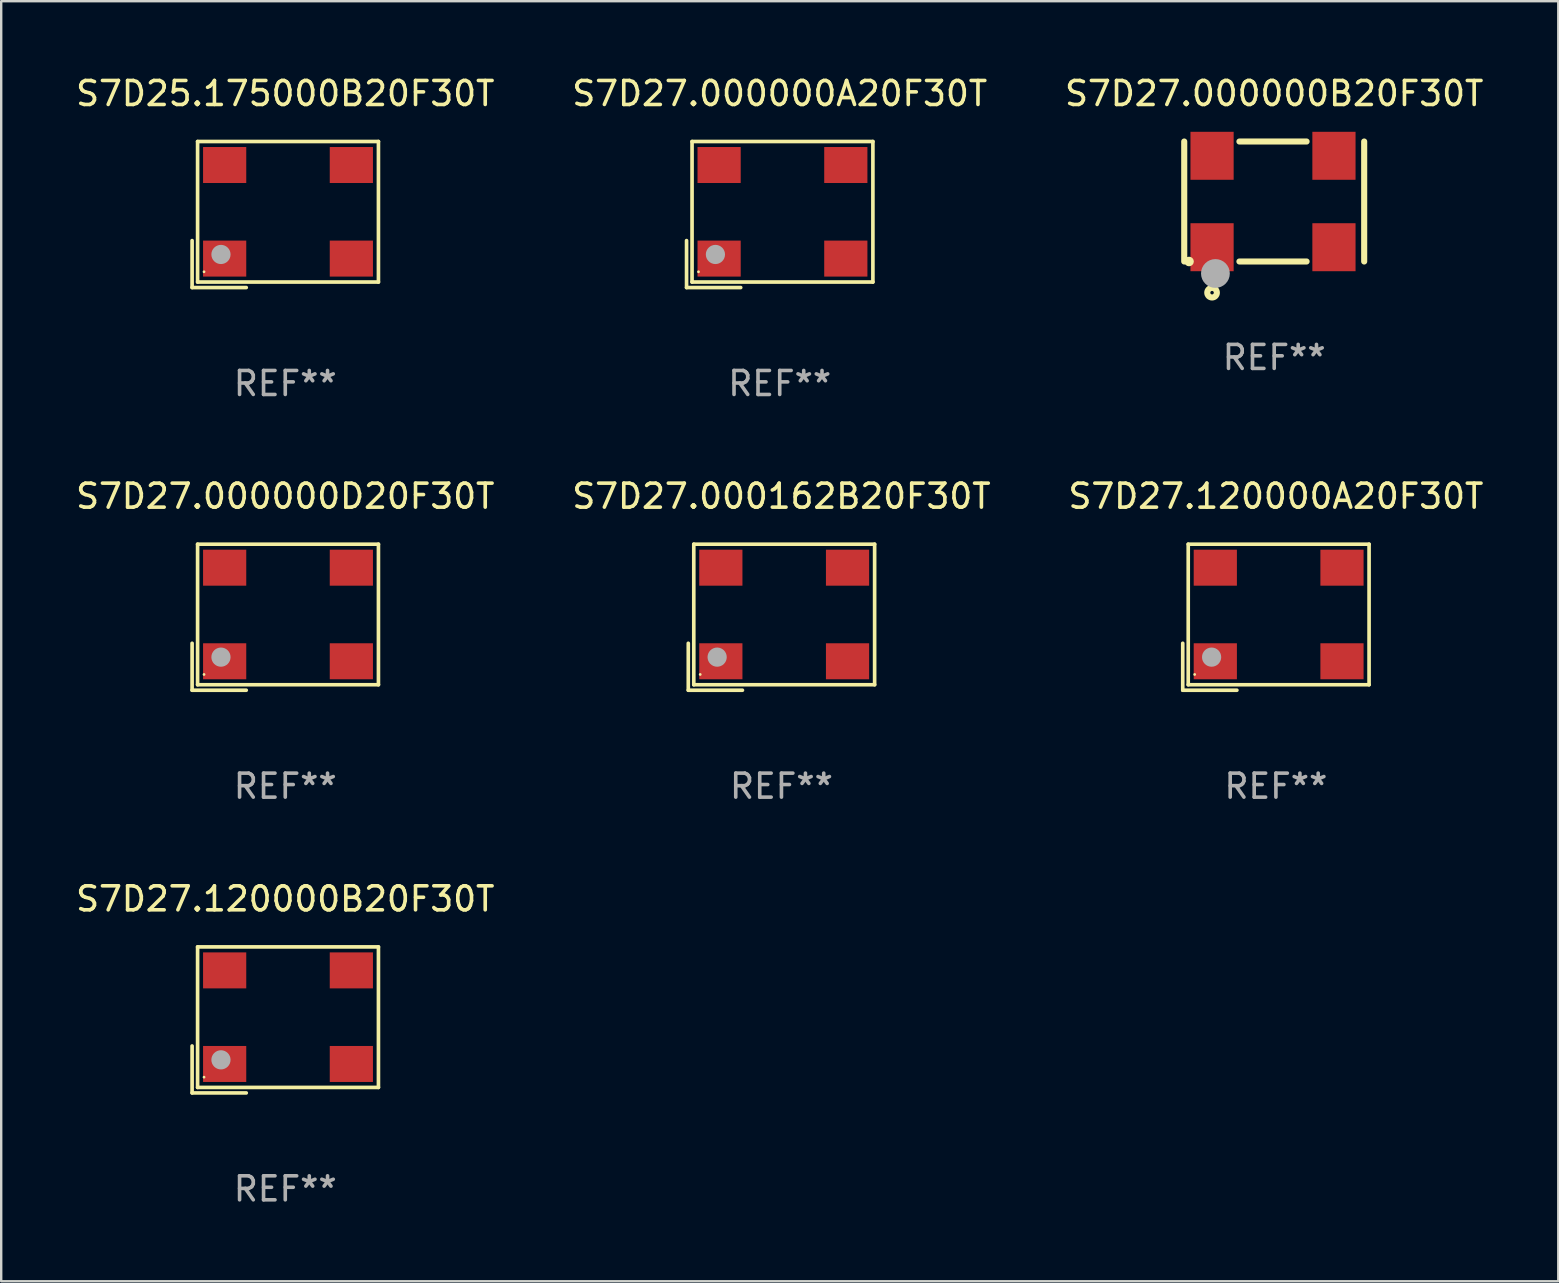
<source format=kicad_pcb>
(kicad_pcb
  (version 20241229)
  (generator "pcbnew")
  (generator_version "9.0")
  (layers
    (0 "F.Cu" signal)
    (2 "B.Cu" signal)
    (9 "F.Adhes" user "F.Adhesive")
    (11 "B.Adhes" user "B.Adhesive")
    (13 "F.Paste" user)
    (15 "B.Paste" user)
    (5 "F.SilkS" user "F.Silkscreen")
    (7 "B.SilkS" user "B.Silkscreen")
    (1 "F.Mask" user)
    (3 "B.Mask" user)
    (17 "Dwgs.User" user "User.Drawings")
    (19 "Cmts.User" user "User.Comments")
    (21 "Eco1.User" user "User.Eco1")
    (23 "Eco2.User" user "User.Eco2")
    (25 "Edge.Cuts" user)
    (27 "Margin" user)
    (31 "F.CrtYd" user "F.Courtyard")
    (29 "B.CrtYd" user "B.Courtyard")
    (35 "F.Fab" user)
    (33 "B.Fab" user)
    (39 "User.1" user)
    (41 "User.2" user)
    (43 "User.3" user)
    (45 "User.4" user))
  (footprint "S7D27.000162B20F30T"
    (layer "F.Cu")
    (at 29.518 22.673)
    (property "Reference" "S7D27.000162B20F30T" (at 0 -5.043 0) (layer "F.SilkS") (effects (font (size 1 1) (thickness 0.15))))
    (attr through_hole)
    (fp_line (start -3.883 1.086) (end -3.883 3.043) (stroke (width 0.152) (type solid)) (layer "F.SilkS"))
    (fp_line (start -3.883 3.043) (end -1.626 3.043) (stroke (width 0.152) (type solid)) (layer "F.SilkS"))
    (fp_line (start -3.654 -3.043) (end 3.883 -3.043) (stroke (width 0.152) (type solid)) (layer "F.SilkS"))
    (fp_line (start -3.654 2.814) (end -3.654 -3.043) (stroke (width 0.152) (type solid)) (layer "F.SilkS"))
    (fp_line (start 3.883 -3.043) (end 3.883 2.814) (stroke (width 0.152) (type solid)) (layer "F.SilkS"))
    (fp_line (start 3.883 2.814) (end -3.654 2.814) (stroke (width 0.152) (type solid)) (layer "F.SilkS"))
    (fp_circle (center -3.386 2.386) (end -3.356 2.386) (stroke (width 0.06) (type solid)) (fill no) (layer "F.SilkS"))
    (fp_circle (center -2.68 1.664) (end -2.48 1.664) (stroke (width 0.4) (type solid)) (fill no) (layer "F.Fab"))
    (fp_text user "REF**" (at 0 7.043 0) (layer "F.Fab") (effects (font (size 1 1) (thickness 0.15))))
    (pad "1" smd rect (at -2.526 1.836) (size 1.8 1.5) (layers "F.Cu" "F.Mask" "F.Paste"))
    (pad "2" smd rect (at 2.754 1.836) (size 1.8 1.5) (layers "F.Cu" "F.Mask" "F.Paste"))
    (pad "3" smd rect (at 2.754 -2.064) (size 1.8 1.5) (layers "F.Cu" "F.Mask" "F.Paste"))
    (pad "4" smd rect (at -2.526 -2.064) (size 1.8 1.5) (layers "F.Cu" "F.Mask" "F.Paste")))
  (footprint "S7D27.120000A20F30T"
    (layer "F.Cu")
    (at 50.125 22.673)
    (property "Reference" "S7D27.120000A20F30T" (at 0 -5.043 0) (layer "F.SilkS") (effects (font (size 1 1) (thickness 0.15))))
    (attr through_hole)
    (fp_line (start -3.883 1.086) (end -3.883 3.043) (stroke (width 0.152) (type solid)) (layer "F.SilkS"))
    (fp_line (start -3.883 3.043) (end -1.626 3.043) (stroke (width 0.152) (type solid)) (layer "F.SilkS"))
    (fp_line (start -3.654 -3.043) (end 3.883 -3.043) (stroke (width 0.152) (type solid)) (layer "F.SilkS"))
    (fp_line (start -3.654 2.814) (end -3.654 -3.043) (stroke (width 0.152) (type solid)) (layer "F.SilkS"))
    (fp_line (start 3.883 -3.043) (end 3.883 2.814) (stroke (width 0.152) (type solid)) (layer "F.SilkS"))
    (fp_line (start 3.883 2.814) (end -3.654 2.814) (stroke (width 0.152) (type solid)) (layer "F.SilkS"))
    (fp_circle (center -3.386 2.386) (end -3.356 2.386) (stroke (width 0.06) (type solid)) (fill no) (layer "F.SilkS"))
    (fp_circle (center -2.68 1.664) (end -2.48 1.664) (stroke (width 0.4) (type solid)) (fill no) (layer "F.Fab"))
    (fp_text user "REF**" (at 0 7.043 0) (layer "F.Fab") (effects (font (size 1 1) (thickness 0.15))))
    (pad "1" smd rect (at -2.526 1.836) (size 1.8 1.5) (layers "F.Cu" "F.Mask" "F.Paste"))
    (pad "2" smd rect (at 2.754 1.836) (size 1.8 1.5) (layers "F.Cu" "F.Mask" "F.Paste"))
    (pad "3" smd rect (at 2.754 -2.064) (size 1.8 1.5) (layers "F.Cu" "F.Mask" "F.Paste"))
    (pad "4" smd rect (at -2.526 -2.064) (size 1.8 1.5) (layers "F.Cu" "F.Mask" "F.Paste")))
  (footprint "S7D27.120000B20F30T"
    (layer "F.Cu")
    (at 8.839 39.456)
    (property "Reference" "S7D27.120000B20F30T" (at 0 -5.043 0) (layer "F.SilkS") (effects (font (size 1 1) (thickness 0.15))))
    (attr through_hole)
    (fp_line (start -3.883 1.086) (end -3.883 3.043) (stroke (width 0.152) (type solid)) (layer "F.SilkS"))
    (fp_line (start -3.883 3.043) (end -1.626 3.043) (stroke (width 0.152) (type solid)) (layer "F.SilkS"))
    (fp_line (start -3.654 -3.043) (end 3.883 -3.043) (stroke (width 0.152) (type solid)) (layer "F.SilkS"))
    (fp_line (start -3.654 2.814) (end -3.654 -3.043) (stroke (width 0.152) (type solid)) (layer "F.SilkS"))
    (fp_line (start 3.883 -3.043) (end 3.883 2.814) (stroke (width 0.152) (type solid)) (layer "F.SilkS"))
    (fp_line (start 3.883 2.814) (end -3.654 2.814) (stroke (width 0.152) (type solid)) (layer "F.SilkS"))
    (fp_circle (center -3.386 2.386) (end -3.356 2.386) (stroke (width 0.06) (type solid)) (fill no) (layer "F.SilkS"))
    (fp_circle (center -2.68 1.664) (end -2.48 1.664) (stroke (width 0.4) (type solid)) (fill no) (layer "F.Fab"))
    (fp_text user "REF**" (at 0 7.043 0) (layer "F.Fab") (effects (font (size 1 1) (thickness 0.15))))
    (pad "1" smd rect (at -2.526 1.836) (size 1.8 1.5) (layers "F.Cu" "F.Mask" "F.Paste"))
    (pad "2" smd rect (at 2.754 1.836) (size 1.8 1.5) (layers "F.Cu" "F.Mask" "F.Paste"))
    (pad "3" smd rect (at 2.754 -2.064) (size 1.8 1.5) (layers "F.Cu" "F.Mask" "F.Paste"))
    (pad "4" smd rect (at -2.526 -2.064) (size 1.8 1.5) (layers "F.Cu" "F.Mask" "F.Paste")))
  (footprint "S7D27.000000A20F30T"
    (layer "F.Cu")
    (at 29.446 5.891)
    (property "Reference" "S7D27.000000A20F30T" (at 0 -5.043 0) (layer "F.SilkS") (effects (font (size 1 1) (thickness 0.15))))
    (attr through_hole)
    (fp_line (start -3.883 1.086) (end -3.883 3.043) (stroke (width 0.152) (type solid)) (layer "F.SilkS"))
    (fp_line (start -3.883 3.043) (end -1.626 3.043) (stroke (width 0.152) (type solid)) (layer "F.SilkS"))
    (fp_line (start -3.654 -3.043) (end 3.883 -3.043) (stroke (width 0.152) (type solid)) (layer "F.SilkS"))
    (fp_line (start -3.654 2.814) (end -3.654 -3.043) (stroke (width 0.152) (type solid)) (layer "F.SilkS"))
    (fp_line (start 3.883 -3.043) (end 3.883 2.814) (stroke (width 0.152) (type solid)) (layer "F.SilkS"))
    (fp_line (start 3.883 2.814) (end -3.654 2.814) (stroke (width 0.152) (type solid)) (layer "F.SilkS"))
    (fp_circle (center -3.386 2.386) (end -3.356 2.386) (stroke (width 0.06) (type solid)) (fill no) (layer "F.SilkS"))
    (fp_circle (center -2.68 1.664) (end -2.48 1.664) (stroke (width 0.4) (type solid)) (fill no) (layer "F.Fab"))
    (fp_text user "REF**" (at 0 7.043 0) (layer "F.Fab") (effects (font (size 1 1) (thickness 0.15))))
    (pad "1" smd rect (at -2.526 1.836) (size 1.8 1.5) (layers "F.Cu" "F.Mask" "F.Paste"))
    (pad "2" smd rect (at 2.754 1.836) (size 1.8 1.5) (layers "F.Cu" "F.Mask" "F.Paste"))
    (pad "3" smd rect (at 2.754 -2.064) (size 1.8 1.5) (layers "F.Cu" "F.Mask" "F.Paste"))
    (pad "4" smd rect (at -2.526 -2.064) (size 1.8 1.5) (layers "F.Cu" "F.Mask" "F.Paste")))
  (footprint "S7D27.000000B20F30T"
    (layer "F.Cu")
    (at 50.054 5.348)
    (property "Reference" "S7D27.000000B20F30T" (at 0 -4.5 0) (layer "F.SilkS") (effects (font (size 1 1) (thickness 0.15))))
    (attr through_hole)
    (fp_line (start -3.75 -2.5) (end -3.75 2.5) (stroke (width 0.254) (type solid)) (layer "F.SilkS"))
    (fp_line (start -1.45 -2.5) (end 1.35 -2.5) (stroke (width 0.254) (type solid)) (layer "F.SilkS"))
    (fp_line (start -1.45 2.5) (end 1.35 2.5) (stroke (width 0.254) (type solid)) (layer "F.SilkS"))
    (fp_line (start 3.75 -2.5) (end 3.75 2.5) (stroke (width 0.254) (type solid)) (layer "F.SilkS"))
    (fp_circle (center -3.55 2.5) (end -3.45 2.5) (stroke (width 0.2) (type solid)) (fill no) (layer "F.SilkS"))
    (fp_circle (center -2.59 3.8) (end -2.39 3.8) (stroke (width 0.254) (type solid)) (fill no) (layer "F.SilkS"))
    (fp_circle (center -2.45 3) (end -2.15 3) (stroke (width 0.6) (type solid)) (fill no) (layer "F.Fab"))
    (fp_text user "REF**" (at 0 6.5 0) (layer "F.Fab") (effects (font (size 1 1) (thickness 0.15))))
    (pad "1" smd rect (at -2.59 1.905) (size 1.8 2) (layers "F.Cu" "F.Mask" "F.Paste"))
    (pad "2" smd rect (at 2.49 1.905) (size 1.8 2) (layers "F.Cu" "F.Mask" "F.Paste"))
    (pad "3" smd rect (at 2.49 -1.905) (size 1.8 2) (layers "F.Cu" "F.Mask" "F.Paste"))
    (pad "4" smd rect (at -2.59 -1.905) (size 1.8 2) (layers "F.Cu" "F.Mask" "F.Paste")))
  (footprint "S7D27.000000D20F30T"
    (layer "F.Cu")
    (at 8.839 22.673)
    (property "Reference" "S7D27.000000D20F30T" (at 0 -5.043 0) (layer "F.SilkS") (effects (font (size 1 1) (thickness 0.15))))
    (attr through_hole)
    (fp_line (start -3.883 1.086) (end -3.883 3.043) (stroke (width 0.152) (type solid)) (layer "F.SilkS"))
    (fp_line (start -3.883 3.043) (end -1.626 3.043) (stroke (width 0.152) (type solid)) (layer "F.SilkS"))
    (fp_line (start -3.654 -3.043) (end 3.883 -3.043) (stroke (width 0.152) (type solid)) (layer "F.SilkS"))
    (fp_line (start -3.654 2.814) (end -3.654 -3.043) (stroke (width 0.152) (type solid)) (layer "F.SilkS"))
    (fp_line (start 3.883 -3.043) (end 3.883 2.814) (stroke (width 0.152) (type solid)) (layer "F.SilkS"))
    (fp_line (start 3.883 2.814) (end -3.654 2.814) (stroke (width 0.152) (type solid)) (layer "F.SilkS"))
    (fp_circle (center -3.386 2.386) (end -3.356 2.386) (stroke (width 0.06) (type solid)) (fill no) (layer "F.SilkS"))
    (fp_circle (center -2.68 1.664) (end -2.48 1.664) (stroke (width 0.4) (type solid)) (fill no) (layer "F.Fab"))
    (fp_text user "REF**" (at 0 7.043 0) (layer "F.Fab") (effects (font (size 1 1) (thickness 0.15))))
    (pad "1" smd rect (at -2.526 1.836) (size 1.8 1.5) (layers "F.Cu" "F.Mask" "F.Paste"))
    (pad "2" smd rect (at 2.754 1.836) (size 1.8 1.5) (layers "F.Cu" "F.Mask" "F.Paste"))
    (pad "3" smd rect (at 2.754 -2.064) (size 1.8 1.5) (layers "F.Cu" "F.Mask" "F.Paste"))
    (pad "4" smd rect (at -2.526 -2.064) (size 1.8 1.5) (layers "F.Cu" "F.Mask" "F.Paste")))
  (footprint "S7D25.175000B20F30T"
    (layer "F.Cu")
    (at 8.839 5.891)
    (property "Reference" "S7D25.175000B20F30T" (at 0 -5.043 0) (layer "F.SilkS") (effects (font (size 1 1) (thickness 0.15))))
    (attr through_hole)
    (fp_line (start -3.883 1.086) (end -3.883 3.043) (stroke (width 0.152) (type solid)) (layer "F.SilkS"))
    (fp_line (start -3.883 3.043) (end -1.626 3.043) (stroke (width 0.152) (type solid)) (layer "F.SilkS"))
    (fp_line (start -3.654 -3.043) (end 3.883 -3.043) (stroke (width 0.152) (type solid)) (layer "F.SilkS"))
    (fp_line (start -3.654 2.814) (end -3.654 -3.043) (stroke (width 0.152) (type solid)) (layer "F.SilkS"))
    (fp_line (start 3.883 -3.043) (end 3.883 2.814) (stroke (width 0.152) (type solid)) (layer "F.SilkS"))
    (fp_line (start 3.883 2.814) (end -3.654 2.814) (stroke (width 0.152) (type solid)) (layer "F.SilkS"))
    (fp_circle (center -3.386 2.386) (end -3.356 2.386) (stroke (width 0.06) (type solid)) (fill no) (layer "F.SilkS"))
    (fp_circle (center -2.68 1.664) (end -2.48 1.664) (stroke (width 0.4) (type solid)) (fill no) (layer "F.Fab"))
    (fp_text user "REF**" (at 0 7.043 0) (layer "F.Fab") (effects (font (size 1 1) (thickness 0.15))))
    (pad "1" smd rect (at -2.526 1.836) (size 1.8 1.5) (layers "F.Cu" "F.Mask" "F.Paste"))
    (pad "2" smd rect (at 2.754 1.836) (size 1.8 1.5) (layers "F.Cu" "F.Mask" "F.Paste"))
    (pad "3" smd rect (at 2.754 -2.064) (size 1.8 1.5) (layers "F.Cu" "F.Mask" "F.Paste"))
    (pad "4" smd rect (at -2.526 -2.064) (size 1.8 1.5) (layers "F.Cu" "F.Mask" "F.Paste")))
  (gr_rect
    (start -3 -3)
    (end 61.893 50.347)
    (stroke (width 0.1) (type default))
    (fill no)
    (layer "Edge.Cuts")))
</source>
